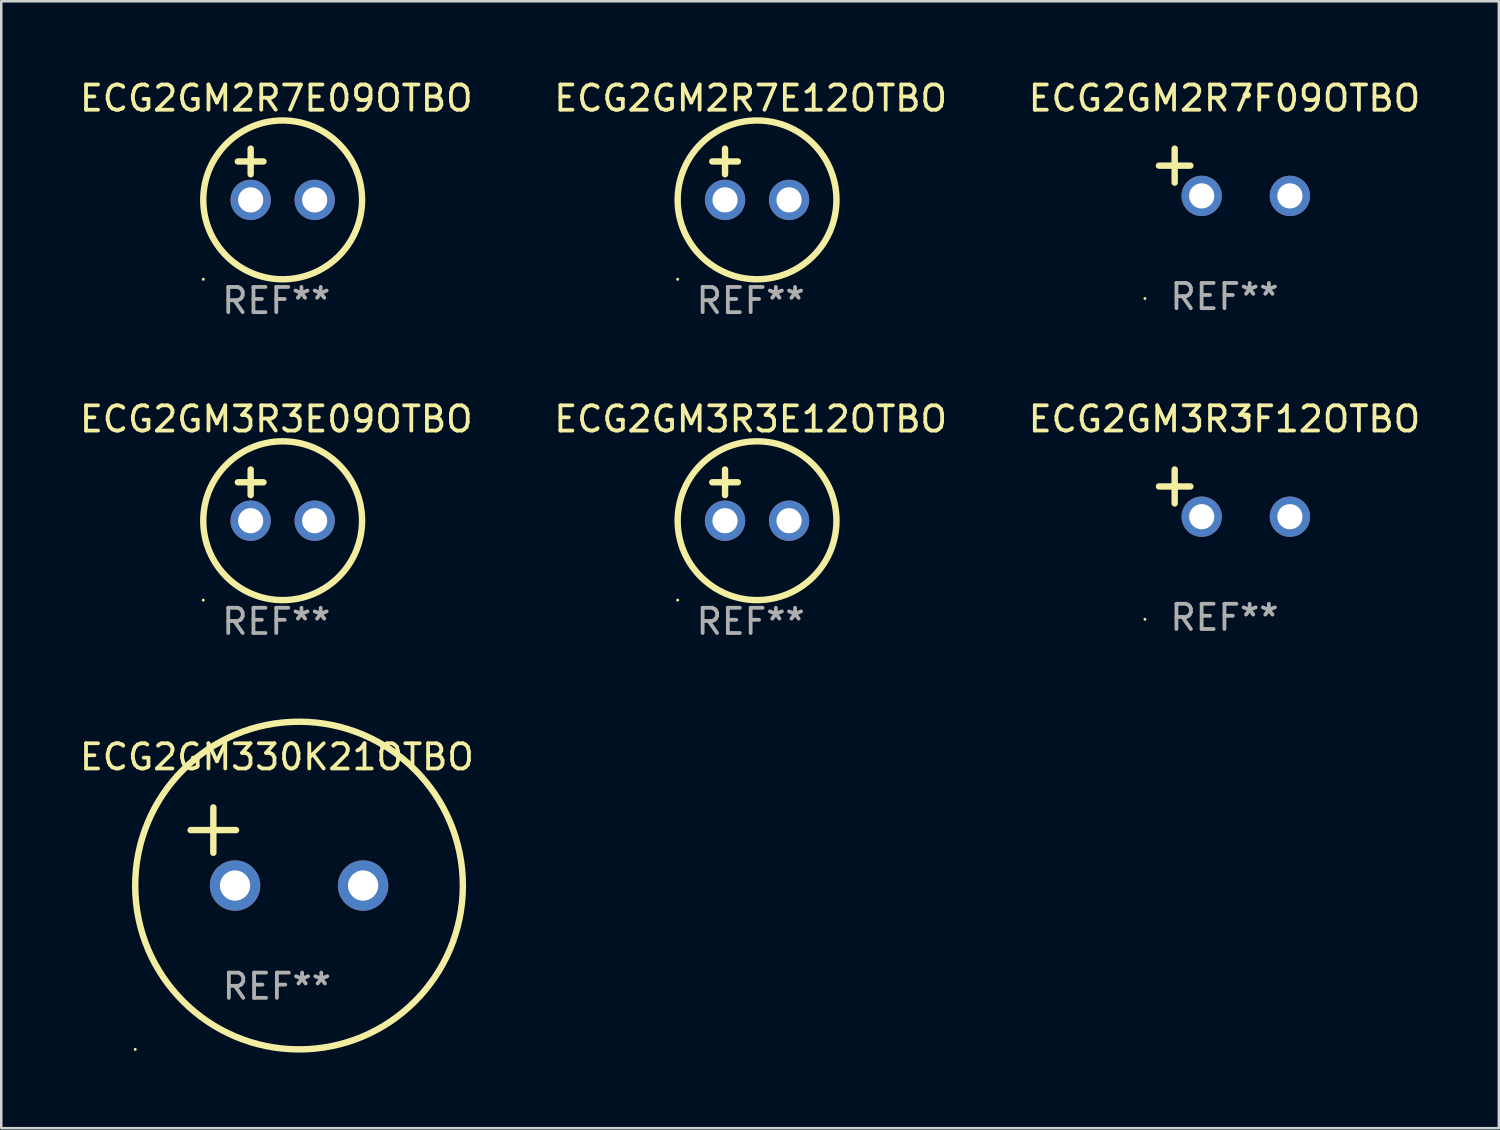
<source format=kicad_pcb>
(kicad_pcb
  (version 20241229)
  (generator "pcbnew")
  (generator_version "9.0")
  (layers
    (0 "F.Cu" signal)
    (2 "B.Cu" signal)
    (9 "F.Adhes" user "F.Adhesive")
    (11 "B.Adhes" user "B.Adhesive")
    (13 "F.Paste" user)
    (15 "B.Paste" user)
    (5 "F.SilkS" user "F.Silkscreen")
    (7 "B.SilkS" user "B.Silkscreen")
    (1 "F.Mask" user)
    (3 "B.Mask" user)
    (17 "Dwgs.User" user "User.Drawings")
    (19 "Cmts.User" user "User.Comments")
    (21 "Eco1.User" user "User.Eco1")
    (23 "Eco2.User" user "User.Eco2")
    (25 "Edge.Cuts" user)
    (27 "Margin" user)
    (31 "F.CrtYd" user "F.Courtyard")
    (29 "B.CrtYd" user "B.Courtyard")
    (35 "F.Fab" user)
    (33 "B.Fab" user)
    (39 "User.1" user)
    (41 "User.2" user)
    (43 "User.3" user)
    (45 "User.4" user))
  (footprint "ECG2GM330K21OTBO"
    (layer "F.Cu")
    (at 7.935 30.534)
    (property "Reference" "ECG2GM330K21OTBO" (at 0 -3.55 0) (layer "F.SilkS") (effects (font (size 1 1) (thickness 0.15))))
    (attr through_hole)
    (fp_line (start -3.421 -0.65) (end -1.621 -0.65) (stroke (width 0.254) (type solid)) (layer "F.SilkS"))
    (fp_line (start -2.521 -1.55) (end -2.521 0.25) (stroke (width 0.254) (type solid)) (layer "F.SilkS"))
    (fp_circle (center -5.619 8.05) (end -5.589 8.05) (stroke (width 0.06) (type solid)) (fill no) (layer "F.SilkS"))
    (fp_circle (center 0.879 1.55) (end 7.379 1.55) (stroke (width 0.254) (type solid)) (fill no) (layer "F.SilkS"))
    (fp_text user "REF**" (at 0 5.55 0) (layer "F.Fab") (effects (font (size 1 1) (thickness 0.15))))
    (pad "1" thru_hole circle (at -1.659 1.55) (size 2 2) (drill 1.2) (layers "*.Cu" "*.Mask"))
    (pad "2" thru_hole circle (at 3.421 1.55) (size 2 2) (drill 1.2) (layers "*.Cu" "*.Mask")))
  (footprint "ECG2GM2R7E09OTBO"
    (layer "F.Cu")
    (at 7.911 3.864)
    (property "Reference" "ECG2GM2R7E09OTBO" (at 0 -3.016 0) (layer "F.SilkS") (effects (font (size 1 1) (thickness 0.15))))
    (attr through_hole)
    (fp_line (start -1.524 -0.508) (end -0.508 -0.508) (stroke (width 0.254) (type solid)) (layer "F.SilkS"))
    (fp_line (start -1.016 -1.016) (end -1.016 0) (stroke (width 0.254) (type solid)) (layer "F.SilkS"))
    (fp_circle (center -2.896 4.166) (end -2.866 4.166) (stroke (width 0.06) (type solid)) (fill no) (layer "F.SilkS"))
    (fp_circle (center 0.254 1.016) (end 3.404 1.016) (stroke (width 0.254) (type solid)) (fill no) (layer "F.SilkS"))
    (fp_text user "REF**" (at 0 5.016 0) (layer "F.Fab") (effects (font (size 1 1) (thickness 0.15))))
    (pad "1" thru_hole circle (at -1.016 1.016) (size 1.6 1.6) (drill 1) (layers "*.Cu" "*.Mask"))
    (pad "2" thru_hole circle (at 1.524 1.016) (size 1.6 1.6) (drill 1) (layers "*.Cu" "*.Mask")))
  (footprint "ECG2GM3R3E12OTBO"
    (layer "F.Cu")
    (at 26.732 16.593)
    (property "Reference" "ECG2GM3R3E12OTBO" (at 0 -3.016 0) (layer "F.SilkS") (effects (font (size 1 1) (thickness 0.15))))
    (attr through_hole)
    (fp_line (start -1.524 -0.508) (end -0.508 -0.508) (stroke (width 0.254) (type solid)) (layer "F.SilkS"))
    (fp_line (start -1.016 -1.016) (end -1.016 0) (stroke (width 0.254) (type solid)) (layer "F.SilkS"))
    (fp_circle (center -2.896 4.166) (end -2.866 4.166) (stroke (width 0.06) (type solid)) (fill no) (layer "F.SilkS"))
    (fp_circle (center 0.254 1.016) (end 3.404 1.016) (stroke (width 0.254) (type solid)) (fill no) (layer "F.SilkS"))
    (fp_text user "REF**" (at 0 5.016 0) (layer "F.Fab") (effects (font (size 1 1) (thickness 0.15))))
    (pad "1" thru_hole circle (at -1.016 1.016) (size 1.6 1.6) (drill 1) (layers "*.Cu" "*.Mask"))
    (pad "2" thru_hole circle (at 1.524 1.016) (size 1.6 1.6) (drill 1) (layers "*.Cu" "*.Mask")))
  (footprint "ECG2GM3R3F12OTBO"
    (layer "F.Cu")
    (at 45.53 16.513)
    (property "Reference" "ECG2GM3R3F12OTBO" (at 0 -2.937 0) (layer "F.SilkS") (effects (font (size 1 1) (thickness 0.15))))
    (attr through_hole)
    (fp_line (start -1.975 0.41) (end -1.975 -0.937) (stroke (width 0.254) (type solid)) (layer "F.SilkS"))
    (fp_line (start -1.353 -0.263) (end -2.597 -0.263) (stroke (width 0.254) (type solid)) (layer "F.SilkS"))
    (fp_arc (start 0.849809 -3.063957) (mid 0.885369 -3.064114) (end 0.920929 -3.063957) (stroke (width 0.254001) (type solid)) (layer "F.SilkS"))
    (fp_circle (center -3.154 5.008) (end -3.124 5.008) (stroke (width 0.06) (type solid)) (fill no) (layer "F.SilkS"))
    (fp_text user "REF**" (at 0 4.937 0) (layer "F.Fab") (effects (font (size 1 1) (thickness 0.15))))
    (pad "1" thru_hole circle (at -0.903 0.937) (size 1.6 1.6) (drill 1) (layers "*.Cu" "*.Mask"))
    (pad "2" thru_hole circle (at 2.597 0.937) (size 1.6 1.6) (drill 1) (layers "*.Cu" "*.Mask")))
  (footprint "ECG2GM2R7E12OTBO"
    (layer "F.Cu")
    (at 26.732 3.864)
    (property "Reference" "ECG2GM2R7E12OTBO" (at 0 -3.016 0) (layer "F.SilkS") (effects (font (size 1 1) (thickness 0.15))))
    (attr through_hole)
    (fp_line (start -1.524 -0.508) (end -0.508 -0.508) (stroke (width 0.254) (type solid)) (layer "F.SilkS"))
    (fp_line (start -1.016 -1.016) (end -1.016 0) (stroke (width 0.254) (type solid)) (layer "F.SilkS"))
    (fp_circle (center -2.896 4.166) (end -2.866 4.166) (stroke (width 0.06) (type solid)) (fill no) (layer "F.SilkS"))
    (fp_circle (center 0.254 1.016) (end 3.404 1.016) (stroke (width 0.254) (type solid)) (fill no) (layer "F.SilkS"))
    (fp_text user "REF**" (at 0 5.016 0) (layer "F.Fab") (effects (font (size 1 1) (thickness 0.15))))
    (pad "1" thru_hole circle (at -1.016 1.016) (size 1.6 1.6) (drill 1) (layers "*.Cu" "*.Mask"))
    (pad "2" thru_hole circle (at 1.524 1.016) (size 1.6 1.6) (drill 1) (layers "*.Cu" "*.Mask")))
  (footprint "ECG2GM2R7F09OTBO"
    (layer "F.Cu")
    (at 45.53 3.785)
    (property "Reference" "ECG2GM2R7F09OTBO" (at 0 -2.937 0) (layer "F.SilkS") (effects (font (size 1 1) (thickness 0.15))))
    (attr through_hole)
    (fp_line (start -1.975 0.41) (end -1.975 -0.937) (stroke (width 0.254) (type solid)) (layer "F.SilkS"))
    (fp_line (start -1.353 -0.263) (end -2.597 -0.263) (stroke (width 0.254) (type solid)) (layer "F.SilkS"))
    (fp_arc (start 0.849809 -3.063957) (mid 0.885369 -3.064114) (end 0.920929 -3.063957) (stroke (width 0.254001) (type solid)) (layer "F.SilkS"))
    (fp_circle (center -3.154 5.008) (end -3.124 5.008) (stroke (width 0.06) (type solid)) (fill no) (layer "F.SilkS"))
    (fp_text user "REF**" (at 0 4.937 0) (layer "F.Fab") (effects (font (size 1 1) (thickness 0.15))))
    (pad "1" thru_hole circle (at -0.903 0.937) (size 1.6 1.6) (drill 1) (layers "*.Cu" "*.Mask"))
    (pad "2" thru_hole circle (at 2.597 0.937) (size 1.6 1.6) (drill 1) (layers "*.Cu" "*.Mask")))
  (footprint "ECG2GM3R3E09OTBO"
    (layer "F.Cu")
    (at 7.911 16.593)
    (property "Reference" "ECG2GM3R3E09OTBO" (at 0 -3.016 0) (layer "F.SilkS") (effects (font (size 1 1) (thickness 0.15))))
    (attr through_hole)
    (fp_line (start -1.524 -0.508) (end -0.508 -0.508) (stroke (width 0.254) (type solid)) (layer "F.SilkS"))
    (fp_line (start -1.016 -1.016) (end -1.016 0) (stroke (width 0.254) (type solid)) (layer "F.SilkS"))
    (fp_circle (center -2.896 4.166) (end -2.866 4.166) (stroke (width 0.06) (type solid)) (fill no) (layer "F.SilkS"))
    (fp_circle (center 0.254 1.016) (end 3.404 1.016) (stroke (width 0.254) (type solid)) (fill no) (layer "F.SilkS"))
    (fp_text user "REF**" (at 0 5.016 0) (layer "F.Fab") (effects (font (size 1 1) (thickness 0.15))))
    (pad "1" thru_hole circle (at -1.016 1.016) (size 1.6 1.6) (drill 1) (layers "*.Cu" "*.Mask"))
    (pad "2" thru_hole circle (at 1.524 1.016) (size 1.6 1.6) (drill 1) (layers "*.Cu" "*.Mask")))
  (gr_rect
    (start -3 -3)
    (end 56.417 41.711)
    (stroke (width 0.1) (type default))
    (fill no)
    (layer "Edge.Cuts")))
</source>
